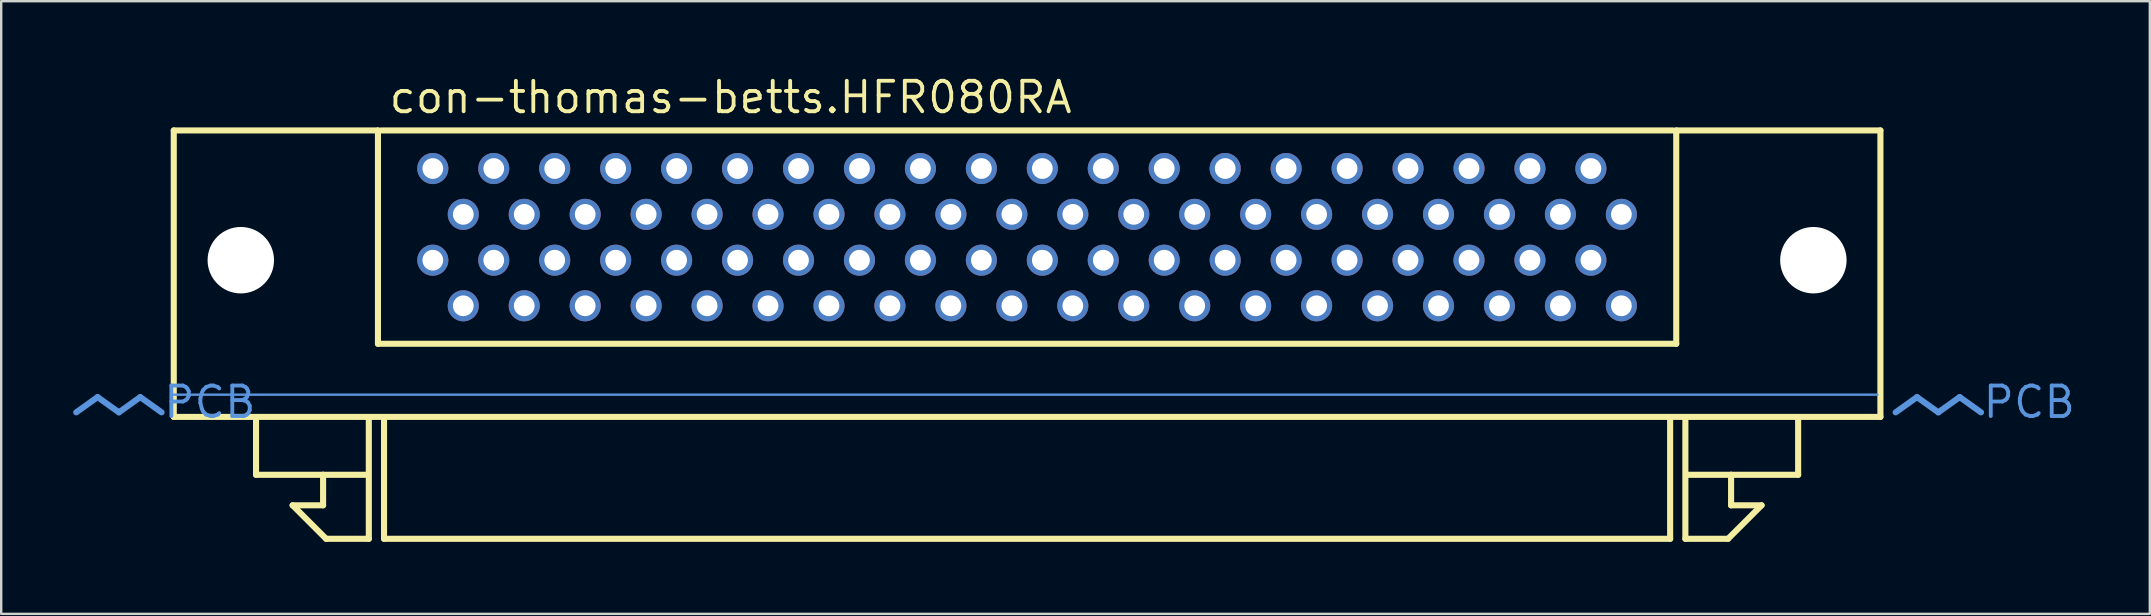
<source format=kicad_pcb>
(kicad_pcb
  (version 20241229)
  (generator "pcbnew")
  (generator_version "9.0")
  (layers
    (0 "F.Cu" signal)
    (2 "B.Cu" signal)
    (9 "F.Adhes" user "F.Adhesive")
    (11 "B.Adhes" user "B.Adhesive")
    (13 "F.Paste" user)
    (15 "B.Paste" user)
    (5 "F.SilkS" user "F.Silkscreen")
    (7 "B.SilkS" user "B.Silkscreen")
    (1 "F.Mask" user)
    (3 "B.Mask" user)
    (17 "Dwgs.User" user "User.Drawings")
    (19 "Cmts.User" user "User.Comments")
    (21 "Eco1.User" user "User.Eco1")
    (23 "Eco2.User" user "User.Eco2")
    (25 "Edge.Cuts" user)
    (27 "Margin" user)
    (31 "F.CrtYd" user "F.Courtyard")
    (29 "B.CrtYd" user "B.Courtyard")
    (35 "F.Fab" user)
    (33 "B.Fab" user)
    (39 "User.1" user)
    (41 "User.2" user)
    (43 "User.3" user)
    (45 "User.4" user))
  (footprint "con-thomas-betts.HFR080RA"
    (layer "F.Cu")
    (at 39.751 12.863)
    (property "Reference" "con-thomas-betts.HFR080RA" (at -26.67 -11.113 0) (layer "F.SilkS") (effects (font (size 1.27 1.27) (thickness 0.16)) (justify left bottom)))
    (attr through_hole)
    (fp_line (start -35.56 -10.477) (end -27.051 -10.477) (stroke (width 0.254) (type default)) (layer "F.SilkS"))
    (fp_line (start -35.56 1.46) (end -35.56 -10.477) (stroke (width 0.254) (type default)) (layer "F.SilkS"))
    (fp_line (start -32.131 3.873) (end -32.131 1.587) (stroke (width 0.254) (type default)) (layer "F.SilkS"))
    (fp_line (start -30.607 5.144) (end -29.337 5.144) (stroke (width 0.254) (type default)) (layer "F.SilkS"))
    (fp_line (start -29.337 3.873) (end -32.131 3.873) (stroke (width 0.254) (type default)) (layer "F.SilkS"))
    (fp_line (start -29.337 3.873) (end -27.559 3.873) (stroke (width 0.254) (type default)) (layer "F.SilkS"))
    (fp_line (start -29.337 5.144) (end -29.337 3.873) (stroke (width 0.254) (type default)) (layer "F.SilkS"))
    (fp_line (start -29.21 6.54) (end -30.607 5.144) (stroke (width 0.254) (type default)) (layer "F.SilkS"))
    (fp_line (start -27.432 1.587) (end -27.432 6.54) (stroke (width 0.254) (type default)) (layer "F.SilkS"))
    (fp_line (start -27.432 6.54) (end -29.21 6.54) (stroke (width 0.254) (type default)) (layer "F.SilkS"))
    (fp_line (start -27.051 -10.477) (end -27.051 -1.587) (stroke (width 0.254) (type default)) (layer "F.SilkS"))
    (fp_line (start -27.051 -1.587) (end 27.051 -1.587) (stroke (width 0.254) (type default)) (layer "F.SilkS"))
    (fp_line (start -26.924 -10.477) (end 26.924 -10.477) (stroke (width 0.254) (type default)) (layer "F.SilkS"))
    (fp_line (start -26.797 6.54) (end -26.797 1.587) (stroke (width 0.254) (type default)) (layer "F.SilkS"))
    (fp_line (start 26.797 1.587) (end 26.797 6.54) (stroke (width 0.254) (type default)) (layer "F.SilkS"))
    (fp_line (start 26.797 6.54) (end -26.797 6.54) (stroke (width 0.254) (type default)) (layer "F.SilkS"))
    (fp_line (start 27.051 -10.477) (end 35.56 -10.477) (stroke (width 0.254) (type default)) (layer "F.SilkS"))
    (fp_line (start 27.051 -1.587) (end 27.051 -10.477) (stroke (width 0.254) (type default)) (layer "F.SilkS"))
    (fp_line (start 27.432 1.587) (end 27.432 6.54) (stroke (width 0.254) (type default)) (layer "F.SilkS"))
    (fp_line (start 27.432 6.54) (end 29.21 6.54) (stroke (width 0.254) (type default)) (layer "F.SilkS"))
    (fp_line (start 29.21 6.54) (end 30.607 5.144) (stroke (width 0.254) (type default)) (layer "F.SilkS"))
    (fp_line (start 29.337 3.873) (end 27.559 3.873) (stroke (width 0.254) (type default)) (layer "F.SilkS"))
    (fp_line (start 29.337 3.873) (end 32.131 3.873) (stroke (width 0.254) (type default)) (layer "F.SilkS"))
    (fp_line (start 29.337 5.144) (end 29.337 3.873) (stroke (width 0.254) (type default)) (layer "F.SilkS"))
    (fp_line (start 30.607 5.144) (end 29.337 5.144) (stroke (width 0.254) (type default)) (layer "F.SilkS"))
    (fp_line (start 32.131 3.873) (end 32.131 1.587) (stroke (width 0.254) (type default)) (layer "F.SilkS"))
    (fp_line (start 35.56 -10.477) (end 35.56 1.46) (stroke (width 0.254) (type default)) (layer "F.SilkS"))
    (fp_line (start 35.56 1.46) (end -35.56 1.46) (stroke (width 0.254) (type default)) (layer "F.SilkS"))
    (fp_line (start -38.735 0.635) (end -39.624 1.27) (stroke (width 0.254) (type default)) (layer "Cmts.User"))
    (fp_line (start -38.735 0.635) (end -37.846 1.27) (stroke (width 0.254) (type default)) (layer "Cmts.User"))
    (fp_line (start -36.957 0.635) (end -37.846 1.27) (stroke (width 0.254) (type default)) (layer "Cmts.User"))
    (fp_line (start -36.957 0.635) (end -36.068 1.27) (stroke (width 0.254) (type default)) (layer "Cmts.User"))
    (fp_line (start -35.56 0.533) (end 35.433 0.533) (stroke (width 0.1) (type default)) (layer "Cmts.User"))
    (fp_line (start 37.084 0.635) (end 36.195 1.27) (stroke (width 0.254) (type default)) (layer "Cmts.User"))
    (fp_line (start 37.084 0.635) (end 37.973 1.27) (stroke (width 0.254) (type default)) (layer "Cmts.User"))
    (fp_line (start 38.862 0.635) (end 37.973 1.27) (stroke (width 0.254) (type default)) (layer "Cmts.User"))
    (fp_line (start 38.862 0.635) (end 39.751 1.27) (stroke (width 0.254) (type default)) (layer "Cmts.User"))
    (fp_text user "PCB" (at 39.751 1.587 180) (layer "Cmts.User") (effects (font (size 1.27 1.27) (thickness 0.16)) (justify left bottom)))
    (fp_text user "PCB" (at -36.068 1.587 180) (layer "Cmts.User") (effects (font (size 1.27 1.27) (thickness 0.16)) (justify left bottom)))
    (pad "" np_thru_hole circle (at -32.766 -5.07) (size 2.769 2.769) (drill 2.769) (layers "*.Cu" "*.Mask"))
    (pad "" np_thru_hole circle (at 32.766 -5.07) (size 2.769 2.769) (drill 2.769) (layers "*.Cu" "*.Mask"))
    (pad "1" thru_hole circle (at 24.765 -6.98) (size 1.295 1.295) (drill 0.864) (layers "*.Cu" "*.Mask"))
    (pad "2" thru_hole circle (at 23.495 -8.89) (size 1.295 1.295) (drill 0.864) (layers "*.Cu" "*.Mask"))
    (pad "3" thru_hole circle (at 22.225 -6.98) (size 1.295 1.295) (drill 0.864) (layers "*.Cu" "*.Mask"))
    (pad "4" thru_hole circle (at 20.955 -8.89) (size 1.295 1.295) (drill 0.864) (layers "*.Cu" "*.Mask"))
    (pad "5" thru_hole circle (at 19.685 -6.98) (size 1.295 1.295) (drill 0.864) (layers "*.Cu" "*.Mask"))
    (pad "6" thru_hole circle (at 18.415 -8.89) (size 1.295 1.295) (drill 0.864) (layers "*.Cu" "*.Mask"))
    (pad "7" thru_hole circle (at 17.145 -6.98) (size 1.295 1.295) (drill 0.864) (layers "*.Cu" "*.Mask"))
    (pad "8" thru_hole circle (at 15.875 -8.89) (size 1.295 1.295) (drill 0.864) (layers "*.Cu" "*.Mask"))
    (pad "9" thru_hole circle (at 14.605 -6.98) (size 1.295 1.295) (drill 0.864) (layers "*.Cu" "*.Mask"))
    (pad "10" thru_hole circle (at 13.335 -8.89) (size 1.295 1.295) (drill 0.864) (layers "*.Cu" "*.Mask"))
    (pad "11" thru_hole circle (at 12.065 -6.98) (size 1.295 1.295) (drill 0.864) (layers "*.Cu" "*.Mask"))
    (pad "12" thru_hole circle (at 10.795 -8.89) (size 1.295 1.295) (drill 0.864) (layers "*.Cu" "*.Mask"))
    (pad "13" thru_hole circle (at 9.525 -6.98) (size 1.295 1.295) (drill 0.864) (layers "*.Cu" "*.Mask"))
    (pad "14" thru_hole circle (at 8.255 -8.89) (size 1.295 1.295) (drill 0.864) (layers "*.Cu" "*.Mask"))
    (pad "15" thru_hole circle (at 6.985 -6.98) (size 1.295 1.295) (drill 0.864) (layers "*.Cu" "*.Mask"))
    (pad "16" thru_hole circle (at 5.715 -8.89) (size 1.295 1.295) (drill 0.864) (layers "*.Cu" "*.Mask"))
    (pad "17" thru_hole circle (at 4.445 -6.98) (size 1.295 1.295) (drill 0.864) (layers "*.Cu" "*.Mask"))
    (pad "18" thru_hole circle (at 3.175 -8.89) (size 1.295 1.295) (drill 0.864) (layers "*.Cu" "*.Mask"))
    (pad "19" thru_hole circle (at 1.905 -6.98) (size 1.295 1.295) (drill 0.864) (layers "*.Cu" "*.Mask"))
    (pad "20" thru_hole circle (at 0.635 -8.89) (size 1.295 1.295) (drill 0.864) (layers "*.Cu" "*.Mask"))
    (pad "21" thru_hole circle (at -0.635 -6.98) (size 1.295 1.295) (drill 0.864) (layers "*.Cu" "*.Mask"))
    (pad "22" thru_hole circle (at -1.905 -8.89) (size 1.295 1.295) (drill 0.864) (layers "*.Cu" "*.Mask"))
    (pad "23" thru_hole circle (at -3.175 -6.98) (size 1.295 1.295) (drill 0.864) (layers "*.Cu" "*.Mask"))
    (pad "24" thru_hole circle (at -4.445 -8.89) (size 1.295 1.295) (drill 0.864) (layers "*.Cu" "*.Mask"))
    (pad "25" thru_hole circle (at -5.715 -6.98) (size 1.295 1.295) (drill 0.864) (layers "*.Cu" "*.Mask"))
    (pad "26" thru_hole circle (at -6.985 -8.89) (size 1.295 1.295) (drill 0.864) (layers "*.Cu" "*.Mask"))
    (pad "27" thru_hole circle (at -8.255 -6.98) (size 1.295 1.295) (drill 0.864) (layers "*.Cu" "*.Mask"))
    (pad "28" thru_hole circle (at -9.525 -8.89) (size 1.295 1.295) (drill 0.864) (layers "*.Cu" "*.Mask"))
    (pad "29" thru_hole circle (at -10.795 -6.98) (size 1.295 1.295) (drill 0.864) (layers "*.Cu" "*.Mask"))
    (pad "30" thru_hole circle (at -12.065 -8.89) (size 1.295 1.295) (drill 0.864) (layers "*.Cu" "*.Mask"))
    (pad "31" thru_hole circle (at -13.335 -6.98) (size 1.295 1.295) (drill 0.864) (layers "*.Cu" "*.Mask"))
    (pad "32" thru_hole circle (at -14.605 -8.89) (size 1.295 1.295) (drill 0.864) (layers "*.Cu" "*.Mask"))
    (pad "33" thru_hole circle (at -15.875 -6.98) (size 1.295 1.295) (drill 0.864) (layers "*.Cu" "*.Mask"))
    (pad "34" thru_hole circle (at -17.145 -8.89) (size 1.295 1.295) (drill 0.864) (layers "*.Cu" "*.Mask"))
    (pad "35" thru_hole circle (at -18.415 -6.98) (size 1.295 1.295) (drill 0.864) (layers "*.Cu" "*.Mask"))
    (pad "36" thru_hole circle (at -19.685 -8.89) (size 1.295 1.295) (drill 0.864) (layers "*.Cu" "*.Mask"))
    (pad "37" thru_hole circle (at -20.955 -6.98) (size 1.295 1.295) (drill 0.864) (layers "*.Cu" "*.Mask"))
    (pad "38" thru_hole circle (at -22.225 -8.89) (size 1.295 1.295) (drill 0.864) (layers "*.Cu" "*.Mask"))
    (pad "39" thru_hole circle (at -23.495 -6.98) (size 1.295 1.295) (drill 0.864) (layers "*.Cu" "*.Mask"))
    (pad "40" thru_hole circle (at -24.765 -8.89) (size 1.295 1.295) (drill 0.864) (layers "*.Cu" "*.Mask"))
    (pad "41" thru_hole circle (at 24.765 -3.17) (size 1.295 1.295) (drill 0.864) (layers "*.Cu" "*.Mask"))
    (pad "42" thru_hole circle (at 23.495 -5.07) (size 1.295 1.295) (drill 0.864) (layers "*.Cu" "*.Mask"))
    (pad "43" thru_hole circle (at 22.225 -3.17) (size 1.295 1.295) (drill 0.864) (layers "*.Cu" "*.Mask"))
    (pad "44" thru_hole circle (at 20.955 -5.07) (size 1.295 1.295) (drill 0.864) (layers "*.Cu" "*.Mask"))
    (pad "45" thru_hole circle (at 19.685 -3.17) (size 1.295 1.295) (drill 0.864) (layers "*.Cu" "*.Mask"))
    (pad "46" thru_hole circle (at 18.415 -5.07) (size 1.295 1.295) (drill 0.864) (layers "*.Cu" "*.Mask"))
    (pad "47" thru_hole circle (at 17.145 -3.17) (size 1.295 1.295) (drill 0.864) (layers "*.Cu" "*.Mask"))
    (pad "48" thru_hole circle (at 15.875 -5.07) (size 1.295 1.295) (drill 0.864) (layers "*.Cu" "*.Mask"))
    (pad "49" thru_hole circle (at 14.605 -3.17) (size 1.295 1.295) (drill 0.864) (layers "*.Cu" "*.Mask"))
    (pad "50" thru_hole circle (at 13.335 -5.07) (size 1.295 1.295) (drill 0.864) (layers "*.Cu" "*.Mask"))
    (pad "51" thru_hole circle (at 12.065 -3.17) (size 1.295 1.295) (drill 0.864) (layers "*.Cu" "*.Mask"))
    (pad "52" thru_hole circle (at 10.795 -5.07) (size 1.295 1.295) (drill 0.864) (layers "*.Cu" "*.Mask"))
    (pad "53" thru_hole circle (at 9.525 -3.17) (size 1.295 1.295) (drill 0.864) (layers "*.Cu" "*.Mask"))
    (pad "54" thru_hole circle (at 8.255 -5.07) (size 1.295 1.295) (drill 0.864) (layers "*.Cu" "*.Mask"))
    (pad "55" thru_hole circle (at 6.985 -3.17) (size 1.295 1.295) (drill 0.864) (layers "*.Cu" "*.Mask"))
    (pad "56" thru_hole circle (at 5.715 -5.07) (size 1.295 1.295) (drill 0.864) (layers "*.Cu" "*.Mask"))
    (pad "57" thru_hole circle (at 4.445 -3.17) (size 1.295 1.295) (drill 0.864) (layers "*.Cu" "*.Mask"))
    (pad "58" thru_hole circle (at 3.175 -5.07) (size 1.295 1.295) (drill 0.864) (layers "*.Cu" "*.Mask"))
    (pad "59" thru_hole circle (at 1.905 -3.17) (size 1.295 1.295) (drill 0.864) (layers "*.Cu" "*.Mask"))
    (pad "60" thru_hole circle (at 0.635 -5.07) (size 1.295 1.295) (drill 0.864) (layers "*.Cu" "*.Mask"))
    (pad "61" thru_hole circle (at -0.635 -3.17) (size 1.295 1.295) (drill 0.864) (layers "*.Cu" "*.Mask"))
    (pad "62" thru_hole circle (at -1.905 -5.07) (size 1.295 1.295) (drill 0.864) (layers "*.Cu" "*.Mask"))
    (pad "63" thru_hole circle (at -3.175 -3.17) (size 1.295 1.295) (drill 0.864) (layers "*.Cu" "*.Mask"))
    (pad "64" thru_hole circle (at -4.445 -5.07) (size 1.295 1.295) (drill 0.864) (layers "*.Cu" "*.Mask"))
    (pad "65" thru_hole circle (at -5.715 -3.17) (size 1.295 1.295) (drill 0.864) (layers "*.Cu" "*.Mask"))
    (pad "66" thru_hole circle (at -6.985 -5.07) (size 1.295 1.295) (drill 0.864) (layers "*.Cu" "*.Mask"))
    (pad "67" thru_hole circle (at -8.255 -3.17) (size 1.295 1.295) (drill 0.864) (layers "*.Cu" "*.Mask"))
    (pad "68" thru_hole circle (at -9.525 -5.07) (size 1.295 1.295) (drill 0.864) (layers "*.Cu" "*.Mask"))
    (pad "69" thru_hole circle (at -10.795 -3.17) (size 1.295 1.295) (drill 0.864) (layers "*.Cu" "*.Mask"))
    (pad "70" thru_hole circle (at -12.065 -5.07) (size 1.295 1.295) (drill 0.864) (layers "*.Cu" "*.Mask"))
    (pad "71" thru_hole circle (at -13.335 -3.17) (size 1.295 1.295) (drill 0.864) (layers "*.Cu" "*.Mask"))
    (pad "72" thru_hole circle (at -14.605 -5.07) (size 1.295 1.295) (drill 0.864) (layers "*.Cu" "*.Mask"))
    (pad "73" thru_hole circle (at -15.875 -3.17) (size 1.295 1.295) (drill 0.864) (layers "*.Cu" "*.Mask"))
    (pad "74" thru_hole circle (at -17.145 -5.07) (size 1.295 1.295) (drill 0.864) (layers "*.Cu" "*.Mask"))
    (pad "75" thru_hole circle (at -18.415 -3.17) (size 1.295 1.295) (drill 0.864) (layers "*.Cu" "*.Mask"))
    (pad "76" thru_hole circle (at -19.685 -5.07) (size 1.295 1.295) (drill 0.864) (layers "*.Cu" "*.Mask"))
    (pad "77" thru_hole circle (at -20.955 -3.17) (size 1.295 1.295) (drill 0.864) (layers "*.Cu" "*.Mask"))
    (pad "78" thru_hole circle (at -22.225 -5.07) (size 1.295 1.295) (drill 0.864) (layers "*.Cu" "*.Mask"))
    (pad "79" thru_hole circle (at -23.495 -3.17) (size 1.295 1.295) (drill 0.864) (layers "*.Cu" "*.Mask"))
    (pad "80" thru_hole circle (at -24.765 -5.07) (size 1.295 1.295) (drill 0.864) (layers "*.Cu" "*.Mask")))
  (gr_rect
    (start -3 -3)
    (end 86.538 22.53)
    (stroke (width 0.1) (type default))
    (fill no)
    (layer "Edge.Cuts")))
</source>
